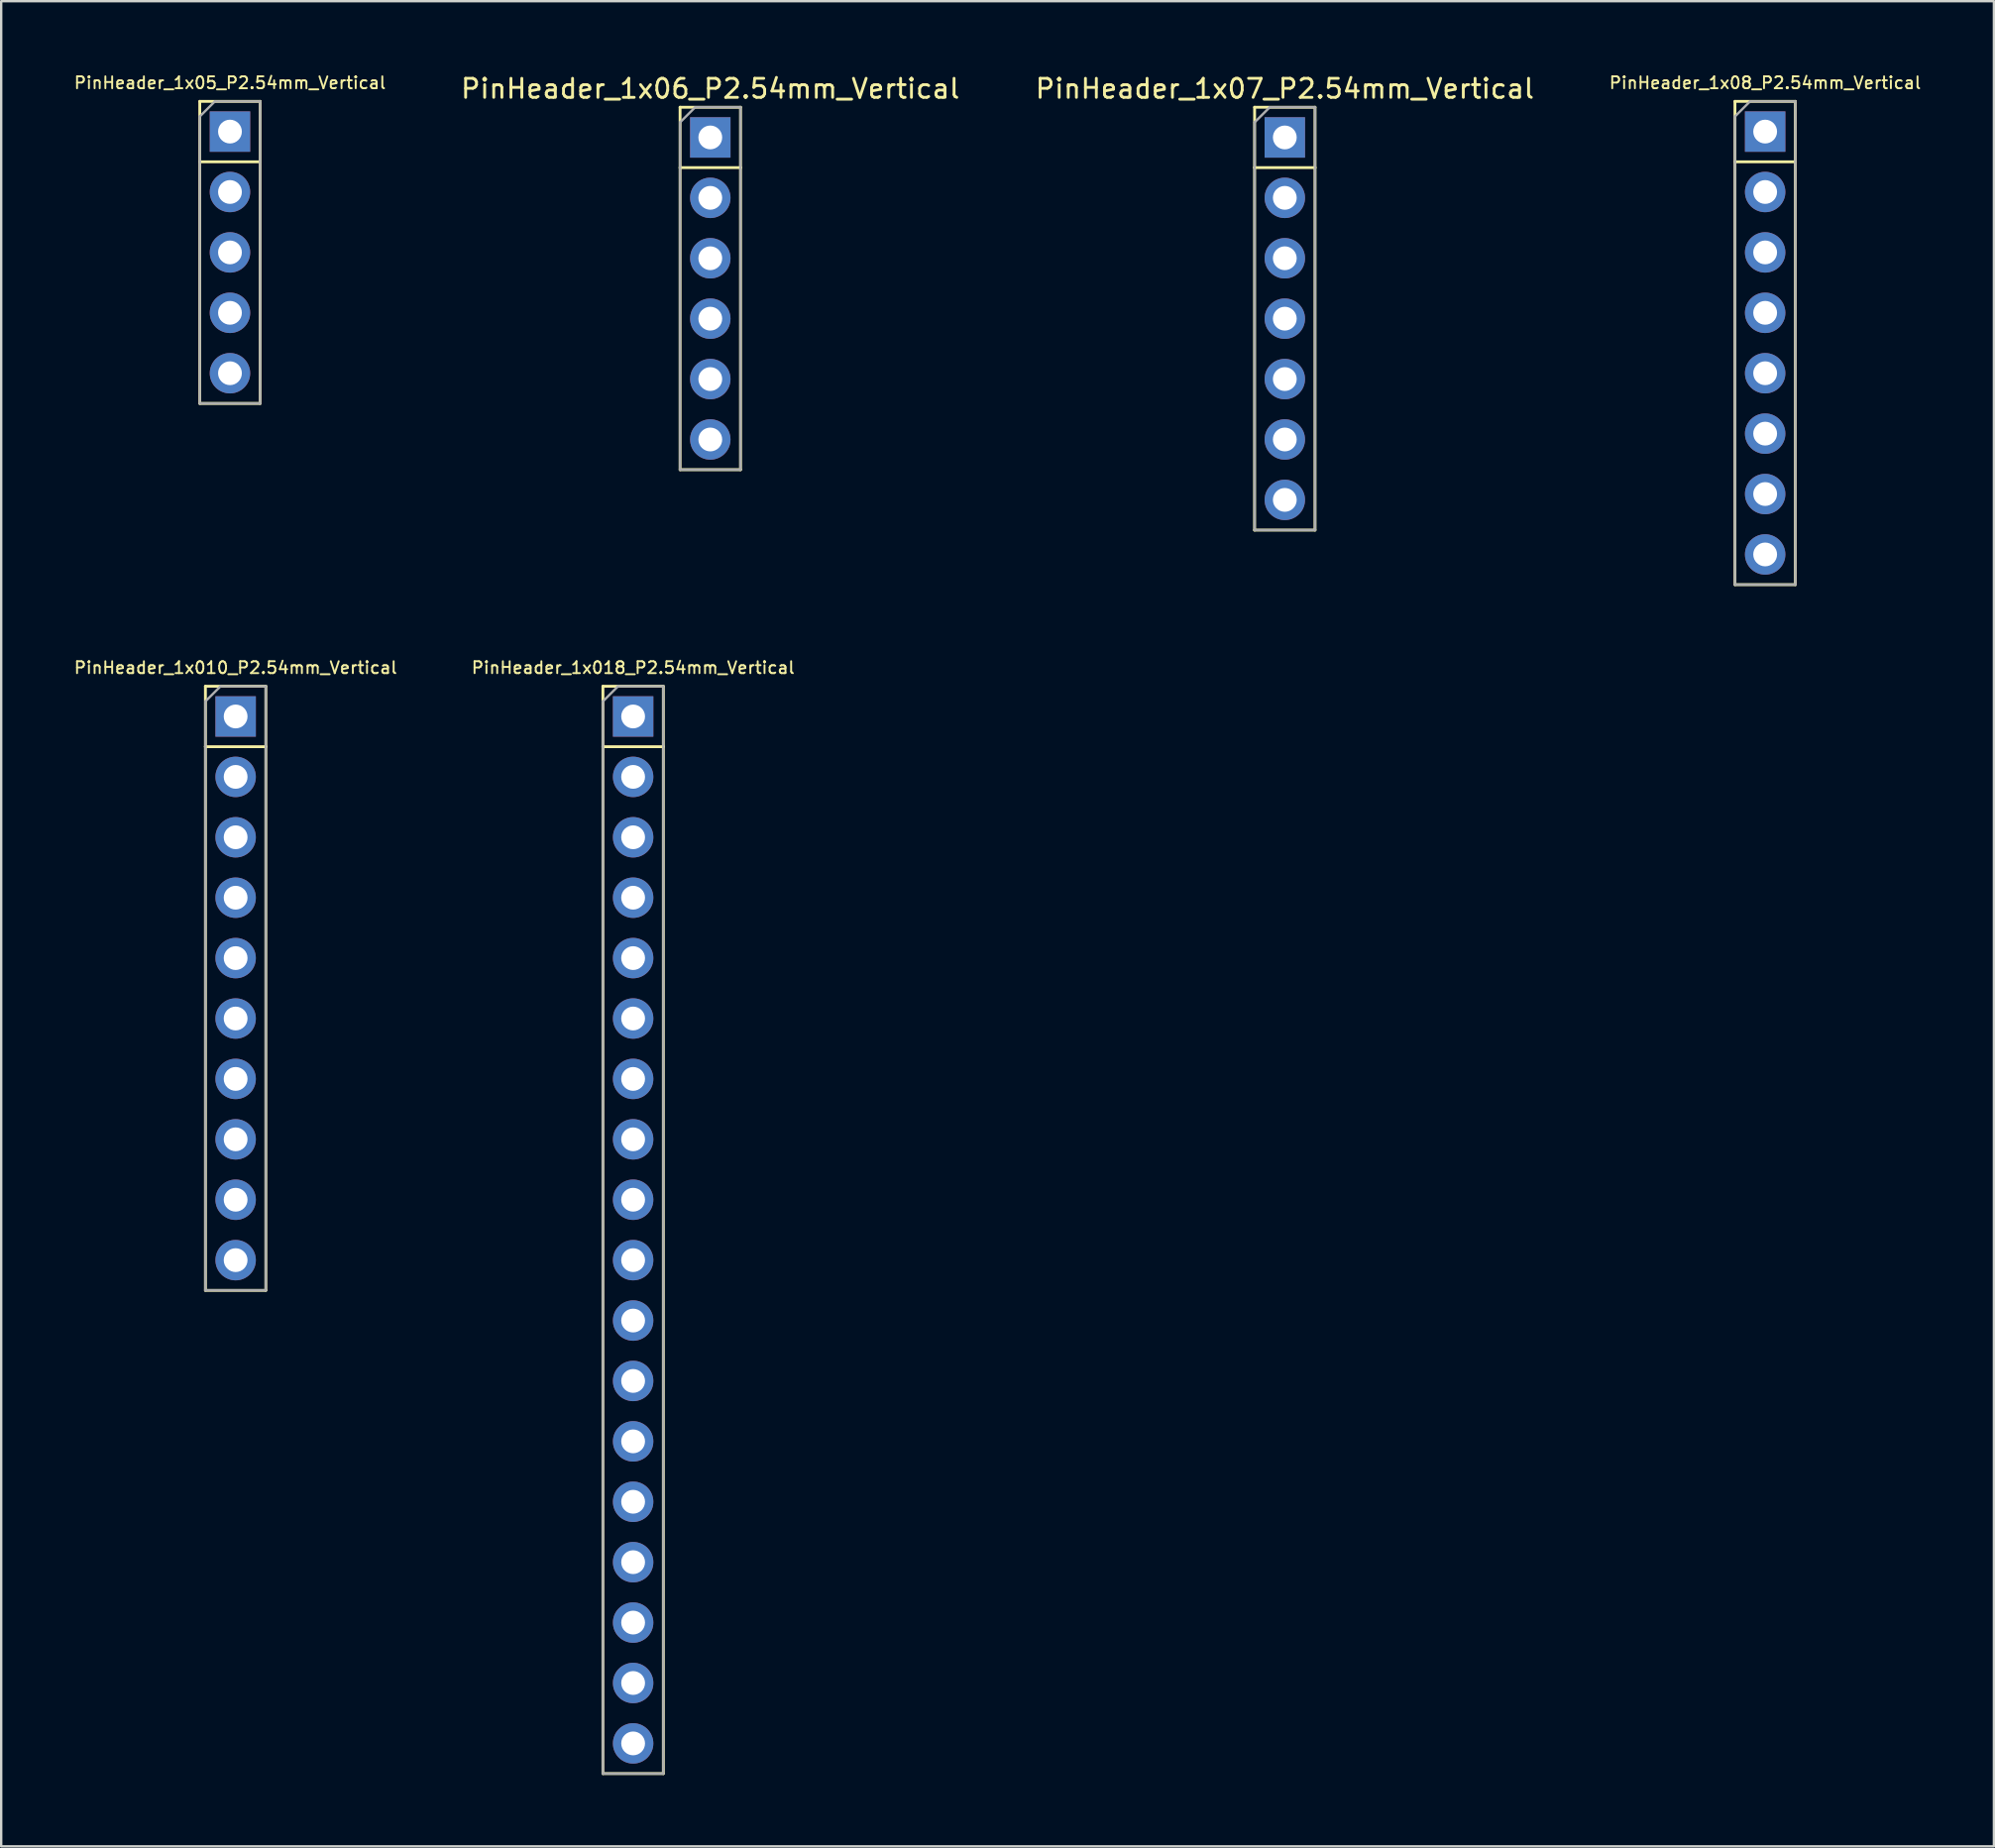
<source format=kicad_pcb>
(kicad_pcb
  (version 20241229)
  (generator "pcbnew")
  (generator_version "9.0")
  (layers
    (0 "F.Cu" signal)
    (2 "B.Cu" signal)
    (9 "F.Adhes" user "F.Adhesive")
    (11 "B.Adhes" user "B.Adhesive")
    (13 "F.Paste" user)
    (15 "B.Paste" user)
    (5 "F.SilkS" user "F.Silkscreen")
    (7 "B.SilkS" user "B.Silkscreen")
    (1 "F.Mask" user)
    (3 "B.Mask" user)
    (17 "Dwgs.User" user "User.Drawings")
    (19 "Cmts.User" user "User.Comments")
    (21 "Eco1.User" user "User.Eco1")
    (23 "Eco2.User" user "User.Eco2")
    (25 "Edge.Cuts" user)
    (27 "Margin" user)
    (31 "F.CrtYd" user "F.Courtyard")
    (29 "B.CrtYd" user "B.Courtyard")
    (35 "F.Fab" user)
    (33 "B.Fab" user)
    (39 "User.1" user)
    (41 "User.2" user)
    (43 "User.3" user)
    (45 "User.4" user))
  (footprint "PinHeader_1x010_P2.54mm_Vertical"
    (layer "F.Cu")
    (at 6.856 27.076)
    (property "Reference" "PinHeader_1x010_P2.54mm_Vertical" (at 0 -2.05 0) (layer "F.SilkS") (effects (font (size 0.5 0.5) (thickness 0.08))))
    (attr through_hole)
    (fp_line (start -1.27 -1.27) (end 1.27 -1.27) (stroke (width 0.12) (type solid)) (layer "F.SilkS"))
    (fp_line (start -1.27 1.27) (end -1.27 -1.27) (stroke (width 0.12) (type solid)) (layer "F.SilkS"))
    (fp_line (start -1.27 1.27) (end 1.27 1.27) (stroke (width 0.12) (type solid)) (layer "F.SilkS"))
    (fp_line (start -1.27 24.13) (end -1.27 1.27) (stroke (width 0.12) (type solid)) (layer "F.SilkS"))
    (fp_line (start -1.27 24.13) (end 1.27 24.13) (stroke (width 0.12) (type solid)) (layer "F.SilkS"))
    (fp_line (start 1.27 -1.27) (end 1.27 1.27) (stroke (width 0.12) (type solid)) (layer "F.SilkS"))
    (fp_line (start 1.27 24.13) (end 1.27 1.27) (stroke (width 0.12) (type solid)) (layer "F.SilkS"))
    (fp_line (start -1.27 -0.635) (end -0.635 -1.27) (stroke (width 0.1) (type solid)) (layer "F.Fab"))
    (fp_line (start -1.27 24.13) (end -1.27 -0.635) (stroke (width 0.1) (type solid)) (layer "F.Fab"))
    (fp_line (start -1.27 24.13) (end 1.27 24.13) (stroke (width 0.1) (type solid)) (layer "F.Fab"))
    (fp_line (start -0.635 -1.27) (end 1.27 -1.27) (stroke (width 0.1) (type solid)) (layer "F.Fab"))
    (fp_line (start 1.27 -1.27) (end 1.27 24.13) (stroke (width 0.1) (type solid)) (layer "F.Fab"))
    (pad "1" thru_hole rect (at 0 0) (size 1.7 1.7) (drill 1) (layers "*.Cu" "*.Mask"))
    (pad "2" thru_hole oval (at 0 2.54) (size 1.7 1.7) (drill 1) (layers "*.Cu" "*.Mask"))
    (pad "3" thru_hole oval (at 0 5.08) (size 1.7 1.7) (drill 1) (layers "*.Cu" "*.Mask"))
    (pad "4" thru_hole oval (at 0 7.62) (size 1.7 1.7) (drill 1) (layers "*.Cu" "*.Mask"))
    (pad "5" thru_hole oval (at 0 10.16) (size 1.7 1.7) (drill 1) (layers "*.Cu" "*.Mask"))
    (pad "6" thru_hole oval (at 0 12.7) (size 1.7 1.7) (drill 1) (layers "*.Cu" "*.Mask"))
    (pad "7" thru_hole oval (at 0 15.24) (size 1.7 1.7) (drill 1) (layers "*.Cu" "*.Mask"))
    (pad "8" thru_hole oval (at 0 17.78) (size 1.7 1.7) (drill 1) (layers "*.Cu" "*.Mask"))
    (pad "9" thru_hole oval (at 0 20.32) (size 1.7 1.7) (drill 1) (layers "*.Cu" "*.Mask"))
    (pad "10" thru_hole oval (at 0 22.86) (size 1.7 1.7) (drill 1) (layers "*.Cu" "*.Mask")))
  (footprint "PinHeader_1x018_P2.54mm_Vertical"
    (layer "F.Cu")
    (at 23.567 27.076)
    (property "Reference" "PinHeader_1x018_P2.54mm_Vertical" (at 0 -2.05 0) (layer "F.SilkS") (effects (font (size 0.5 0.5) (thickness 0.08))))
    (attr through_hole)
    (fp_line (start -1.27 -1.27) (end 1.27 -1.27) (stroke (width 0.12) (type solid)) (layer "F.SilkS"))
    (fp_line (start -1.27 1.27) (end -1.27 -1.27) (stroke (width 0.12) (type solid)) (layer "F.SilkS"))
    (fp_line (start -1.27 1.27) (end 1.27 1.27) (stroke (width 0.12) (type solid)) (layer "F.SilkS"))
    (fp_line (start -1.27 44.45) (end -1.27 1.27) (stroke (width 0.12) (type solid)) (layer "F.SilkS"))
    (fp_line (start -1.27 44.45) (end 1.27 44.45) (stroke (width 0.12) (type solid)) (layer "F.SilkS"))
    (fp_line (start 1.27 -1.27) (end 1.27 1.27) (stroke (width 0.12) (type solid)) (layer "F.SilkS"))
    (fp_line (start 1.27 44.45) (end 1.27 1.27) (stroke (width 0.12) (type solid)) (layer "F.SilkS"))
    (fp_line (start -1.27 -0.635) (end -0.635 -1.27) (stroke (width 0.1) (type solid)) (layer "F.Fab"))
    (fp_line (start -1.27 44.45) (end -1.27 -0.635) (stroke (width 0.1) (type solid)) (layer "F.Fab"))
    (fp_line (start -1.27 44.45) (end 1.27 44.45) (stroke (width 0.1) (type solid)) (layer "F.Fab"))
    (fp_line (start -0.635 -1.27) (end 1.27 -1.27) (stroke (width 0.1) (type solid)) (layer "F.Fab"))
    (fp_line (start 1.27 -1.27) (end 1.27 44.45) (stroke (width 0.1) (type solid)) (layer "F.Fab"))
    (pad "1" thru_hole rect (at 0 0) (size 1.7 1.7) (drill 1) (layers "*.Cu" "*.Mask"))
    (pad "2" thru_hole oval (at 0 2.54) (size 1.7 1.7) (drill 1) (layers "*.Cu" "*.Mask"))
    (pad "3" thru_hole oval (at 0 5.08) (size 1.7 1.7) (drill 1) (layers "*.Cu" "*.Mask"))
    (pad "4" thru_hole oval (at 0 7.62) (size 1.7 1.7) (drill 1) (layers "*.Cu" "*.Mask"))
    (pad "5" thru_hole oval (at 0 10.16) (size 1.7 1.7) (drill 1) (layers "*.Cu" "*.Mask"))
    (pad "6" thru_hole oval (at 0 12.7) (size 1.7 1.7) (drill 1) (layers "*.Cu" "*.Mask"))
    (pad "7" thru_hole oval (at 0 15.24) (size 1.7 1.7) (drill 1) (layers "*.Cu" "*.Mask"))
    (pad "8" thru_hole oval (at 0 17.78) (size 1.7 1.7) (drill 1) (layers "*.Cu" "*.Mask"))
    (pad "9" thru_hole oval (at 0 20.32) (size 1.7 1.7) (drill 1) (layers "*.Cu" "*.Mask"))
    (pad "10" thru_hole oval (at 0 22.86) (size 1.7 1.7) (drill 1) (layers "*.Cu" "*.Mask"))
    (pad "11" thru_hole oval (at 0 25.4) (size 1.7 1.7) (drill 1) (layers "*.Cu" "*.Mask"))
    (pad "12" thru_hole oval (at 0 27.94) (size 1.7 1.7) (drill 1) (layers "*.Cu" "*.Mask"))
    (pad "13" thru_hole oval (at 0 30.48) (size 1.7 1.7) (drill 1) (layers "*.Cu" "*.Mask"))
    (pad "14" thru_hole oval (at 0 33.02) (size 1.7 1.7) (drill 1) (layers "*.Cu" "*.Mask"))
    (pad "15" thru_hole oval (at 0 35.56) (size 1.7 1.7) (drill 1) (layers "*.Cu" "*.Mask"))
    (pad "16" thru_hole oval (at 0 38.1) (size 1.7 1.7) (drill 1) (layers "*.Cu" "*.Mask"))
    (pad "17" thru_hole oval (at 0 40.64) (size 1.7 1.7) (drill 1) (layers "*.Cu" "*.Mask"))
    (pad "18" thru_hole oval (at 0 43.18) (size 1.7 1.7) (drill 1) (layers "*.Cu" "*.Mask")))
  (footprint "PinHeader_1x05_P2.54mm_Vertical"
    (layer "F.Cu")
    (at 6.618 2.483)
    (property "Reference" "PinHeader_1x05_P2.54mm_Vertical" (at 0 -2.05 0) (layer "F.SilkS") (effects (font (size 0.5 0.5) (thickness 0.08))))
    (attr through_hole)
    (fp_line (start -1.27 -1.27) (end 1.27 -1.27) (stroke (width 0.12) (type solid)) (layer "F.SilkS"))
    (fp_line (start -1.27 1.27) (end -1.27 -1.27) (stroke (width 0.12) (type solid)) (layer "F.SilkS"))
    (fp_line (start -1.27 1.27) (end -1.27 11.43) (stroke (width 0.12) (type solid)) (layer "F.SilkS"))
    (fp_line (start -1.27 11.43) (end 1.27 11.43) (stroke (width 0.12) (type solid)) (layer "F.SilkS"))
    (fp_line (start 1.27 -1.27) (end 1.27 1.27) (stroke (width 0.12) (type solid)) (layer "F.SilkS"))
    (fp_line (start 1.27 1.27) (end -1.27 1.27) (stroke (width 0.12) (type solid)) (layer "F.SilkS"))
    (fp_line (start 1.27 11.43) (end 1.27 1.27) (stroke (width 0.12) (type solid)) (layer "F.SilkS"))
    (fp_line (start -1.27 -0.635) (end -1.27 11.43) (stroke (width 0.1) (type solid)) (layer "F.Fab"))
    (fp_line (start -1.27 11.43) (end 1.27 11.43) (stroke (width 0.1) (type solid)) (layer "F.Fab"))
    (fp_line (start -0.635 -1.27) (end -1.27 -0.635) (stroke (width 0.1) (type solid)) (layer "F.Fab"))
    (fp_line (start 1.27 -1.27) (end -0.635 -1.27) (stroke (width 0.1) (type solid)) (layer "F.Fab"))
    (fp_line (start 1.27 11.43) (end 1.27 -1.27) (stroke (width 0.1) (type solid)) (layer "F.Fab"))
    (pad "1" thru_hole rect (at 0 0) (size 1.7 1.7) (drill 1) (layers "*.Cu" "*.Mask"))
    (pad "2" thru_hole oval (at 0 2.54) (size 1.7 1.7) (drill 1) (layers "*.Cu" "*.Mask"))
    (pad "3" thru_hole oval (at 0 5.08) (size 1.7 1.7) (drill 1) (layers "*.Cu" "*.Mask"))
    (pad "4" thru_hole oval (at 0 7.62) (size 1.7 1.7) (drill 1) (layers "*.Cu" "*.Mask"))
    (pad "5" thru_hole oval (at 0 10.16) (size 1.7 1.7) (drill 1) (layers "*.Cu" "*.Mask")))
  (footprint "PinHeader_1x06_P2.54mm_Vertical"
    (layer "F.Cu")
    (at 26.811 2.729)
    (property "Reference" "PinHeader_1x06_P2.54mm_Vertical" (at 0 -2.05 0) (layer "F.SilkS") (effects (font (size 0.8 0.8) (thickness 0.12))))
    (attr through_hole)
    (fp_line (start -1.27 -1.27) (end 1.27 -1.27) (stroke (width 0.12) (type solid)) (layer "F.SilkS"))
    (fp_line (start -1.27 1.27) (end -1.27 -1.27) (stroke (width 0.12) (type solid)) (layer "F.SilkS"))
    (fp_line (start -1.27 1.27) (end -1.27 13.97) (stroke (width 0.12) (type solid)) (layer "F.SilkS"))
    (fp_line (start -1.27 13.97) (end 1.27 13.97) (stroke (width 0.12) (type solid)) (layer "F.SilkS"))
    (fp_line (start 1.27 -1.27) (end 1.27 1.27) (stroke (width 0.12) (type solid)) (layer "F.SilkS"))
    (fp_line (start 1.27 1.27) (end -1.27 1.27) (stroke (width 0.12) (type solid)) (layer "F.SilkS"))
    (fp_line (start 1.27 13.97) (end 1.27 1.27) (stroke (width 0.12) (type solid)) (layer "F.SilkS"))
    (fp_line (start -1.27 -0.635) (end -0.635 -1.27) (stroke (width 0.1) (type solid)) (layer "F.Fab"))
    (fp_line (start -1.27 13.97) (end -1.27 -0.635) (stroke (width 0.1) (type solid)) (layer "F.Fab"))
    (fp_line (start -0.635 -1.27) (end 1.27 -1.27) (stroke (width 0.1) (type solid)) (layer "F.Fab"))
    (fp_line (start 1.27 -1.27) (end 1.27 13.97) (stroke (width 0.1) (type solid)) (layer "F.Fab"))
    (fp_line (start 1.27 13.97) (end -1.27 13.97) (stroke (width 0.1) (type solid)) (layer "F.Fab"))
    (pad "1" thru_hole rect (at 0 0) (size 1.7 1.7) (drill 1) (layers "*.Cu" "*.Mask"))
    (pad "2" thru_hole oval (at 0 2.54) (size 1.7 1.7) (drill 1) (layers "*.Cu" "*.Mask"))
    (pad "3" thru_hole oval (at 0 5.08) (size 1.7 1.7) (drill 1) (layers "*.Cu" "*.Mask"))
    (pad "4" thru_hole oval (at 0 7.62) (size 1.7 1.7) (drill 1) (layers "*.Cu" "*.Mask"))
    (pad "5" thru_hole oval (at 0 10.16) (size 1.7 1.7) (drill 1) (layers "*.Cu" "*.Mask"))
    (pad "6" thru_hole oval (at 0 12.7) (size 1.7 1.7) (drill 1) (layers "*.Cu" "*.Mask")))
  (footprint "PinHeader_1x07_P2.54mm_Vertical"
    (layer "F.Cu")
    (at 50.964 2.729)
    (property "Reference" "PinHeader_1x07_P2.54mm_Vertical" (at 0 -2.05 0) (layer "F.SilkS") (effects (font (size 0.8 0.8) (thickness 0.12))))
    (attr through_hole)
    (fp_line (start -1.27 -1.27) (end 1.27 -1.27) (stroke (width 0.12) (type solid)) (layer "F.SilkS"))
    (fp_line (start -1.27 1.27) (end -1.27 -1.27) (stroke (width 0.12) (type solid)) (layer "F.SilkS"))
    (fp_line (start -1.27 1.27) (end -1.27 16.51) (stroke (width 0.12) (type solid)) (layer "F.SilkS"))
    (fp_line (start -1.27 16.51) (end 1.27 16.51) (stroke (width 0.12) (type solid)) (layer "F.SilkS"))
    (fp_line (start 1.27 -1.27) (end 1.27 1.27) (stroke (width 0.12) (type solid)) (layer "F.SilkS"))
    (fp_line (start 1.27 1.27) (end -1.27 1.27) (stroke (width 0.12) (type solid)) (layer "F.SilkS"))
    (fp_line (start 1.27 16.51) (end 1.27 1.27) (stroke (width 0.12) (type solid)) (layer "F.SilkS"))
    (fp_line (start -1.27 -0.635) (end -0.635 -1.27) (stroke (width 0.1) (type solid)) (layer "F.Fab"))
    (fp_line (start -1.27 16.51) (end -1.27 -0.635) (stroke (width 0.1) (type solid)) (layer "F.Fab"))
    (fp_line (start -1.27 16.51) (end 1.27 16.51) (stroke (width 0.1) (type solid)) (layer "F.Fab"))
    (fp_line (start -0.635 -1.27) (end 1.27 -1.27) (stroke (width 0.1) (type solid)) (layer "F.Fab"))
    (fp_line (start 1.27 16.51) (end 1.27 -1.27) (stroke (width 0.1) (type solid)) (layer "F.Fab"))
    (pad "1" thru_hole rect (at 0 0) (size 1.7 1.7) (drill 1) (layers "*.Cu" "*.Mask"))
    (pad "2" thru_hole oval (at 0 2.54) (size 1.7 1.7) (drill 1) (layers "*.Cu" "*.Mask"))
    (pad "3" thru_hole oval (at 0 5.08) (size 1.7 1.7) (drill 1) (layers "*.Cu" "*.Mask"))
    (pad "4" thru_hole oval (at 0 7.62) (size 1.7 1.7) (drill 1) (layers "*.Cu" "*.Mask"))
    (pad "5" thru_hole oval (at 0 10.16) (size 1.7 1.7) (drill 1) (layers "*.Cu" "*.Mask"))
    (pad "6" thru_hole oval (at 0 12.7) (size 1.7 1.7) (drill 1) (layers "*.Cu" "*.Mask"))
    (pad "7" thru_hole oval (at 0 15.24) (size 1.7 1.7) (drill 1) (layers "*.Cu" "*.Mask")))
  (footprint "PinHeader_1x08_P2.54mm_Vertical"
    (layer "F.Cu")
    (at 71.158 2.483)
    (property "Reference" "PinHeader_1x08_P2.54mm_Vertical" (at 0 -2.05 0) (layer "F.SilkS") (effects (font (size 0.5 0.5) (thickness 0.08))))
    (attr through_hole)
    (fp_line (start -1.27 -1.27) (end 1.27 -1.27) (stroke (width 0.12) (type solid)) (layer "F.SilkS"))
    (fp_line (start -1.27 1.27) (end -1.27 -1.27) (stroke (width 0.12) (type solid)) (layer "F.SilkS"))
    (fp_line (start -1.27 1.27) (end 1.27 1.27) (stroke (width 0.12) (type solid)) (layer "F.SilkS"))
    (fp_line (start -1.27 19.05) (end -1.27 1.27) (stroke (width 0.12) (type solid)) (layer "F.SilkS"))
    (fp_line (start -1.27 19.05) (end 1.27 19.05) (stroke (width 0.12) (type solid)) (layer "F.SilkS"))
    (fp_line (start 1.27 -1.27) (end 1.27 1.27) (stroke (width 0.12) (type solid)) (layer "F.SilkS"))
    (fp_line (start 1.27 19.05) (end 1.27 1.27) (stroke (width 0.12) (type solid)) (layer "F.SilkS"))
    (fp_line (start -1.27 -0.635) (end -0.635 -1.27) (stroke (width 0.1) (type solid)) (layer "F.Fab"))
    (fp_line (start -1.27 19.05) (end -1.27 -0.635) (stroke (width 0.1) (type solid)) (layer "F.Fab"))
    (fp_line (start -1.27 19.05) (end 1.27 19.05) (stroke (width 0.1) (type solid)) (layer "F.Fab"))
    (fp_line (start -0.635 -1.27) (end 1.27 -1.27) (stroke (width 0.1) (type solid)) (layer "F.Fab"))
    (fp_line (start 1.27 -1.27) (end 1.27 19.05) (stroke (width 0.1) (type solid)) (layer "F.Fab"))
    (pad "1" thru_hole rect (at 0 0) (size 1.7 1.7) (drill 1) (layers "*.Cu" "*.Mask"))
    (pad "2" thru_hole oval (at 0 2.54) (size 1.7 1.7) (drill 1) (layers "*.Cu" "*.Mask"))
    (pad "3" thru_hole oval (at 0 5.08) (size 1.7 1.7) (drill 1) (layers "*.Cu" "*.Mask"))
    (pad "4" thru_hole oval (at 0 7.62) (size 1.7 1.7) (drill 1) (layers "*.Cu" "*.Mask"))
    (pad "5" thru_hole oval (at 0 10.16) (size 1.7 1.7) (drill 1) (layers "*.Cu" "*.Mask"))
    (pad "6" thru_hole oval (at 0 12.7) (size 1.7 1.7) (drill 1) (layers "*.Cu" "*.Mask"))
    (pad "7" thru_hole oval (at 0 15.24) (size 1.7 1.7) (drill 1) (layers "*.Cu" "*.Mask"))
    (pad "8" thru_hole oval (at 0 17.78) (size 1.7 1.7) (drill 1) (layers "*.Cu" "*.Mask")))
  (gr_rect
    (start -3 -3)
    (end 80.775 74.586)
    (stroke (width 0.1) (type default))
    (fill no)
    (layer "Edge.Cuts")))
</source>
